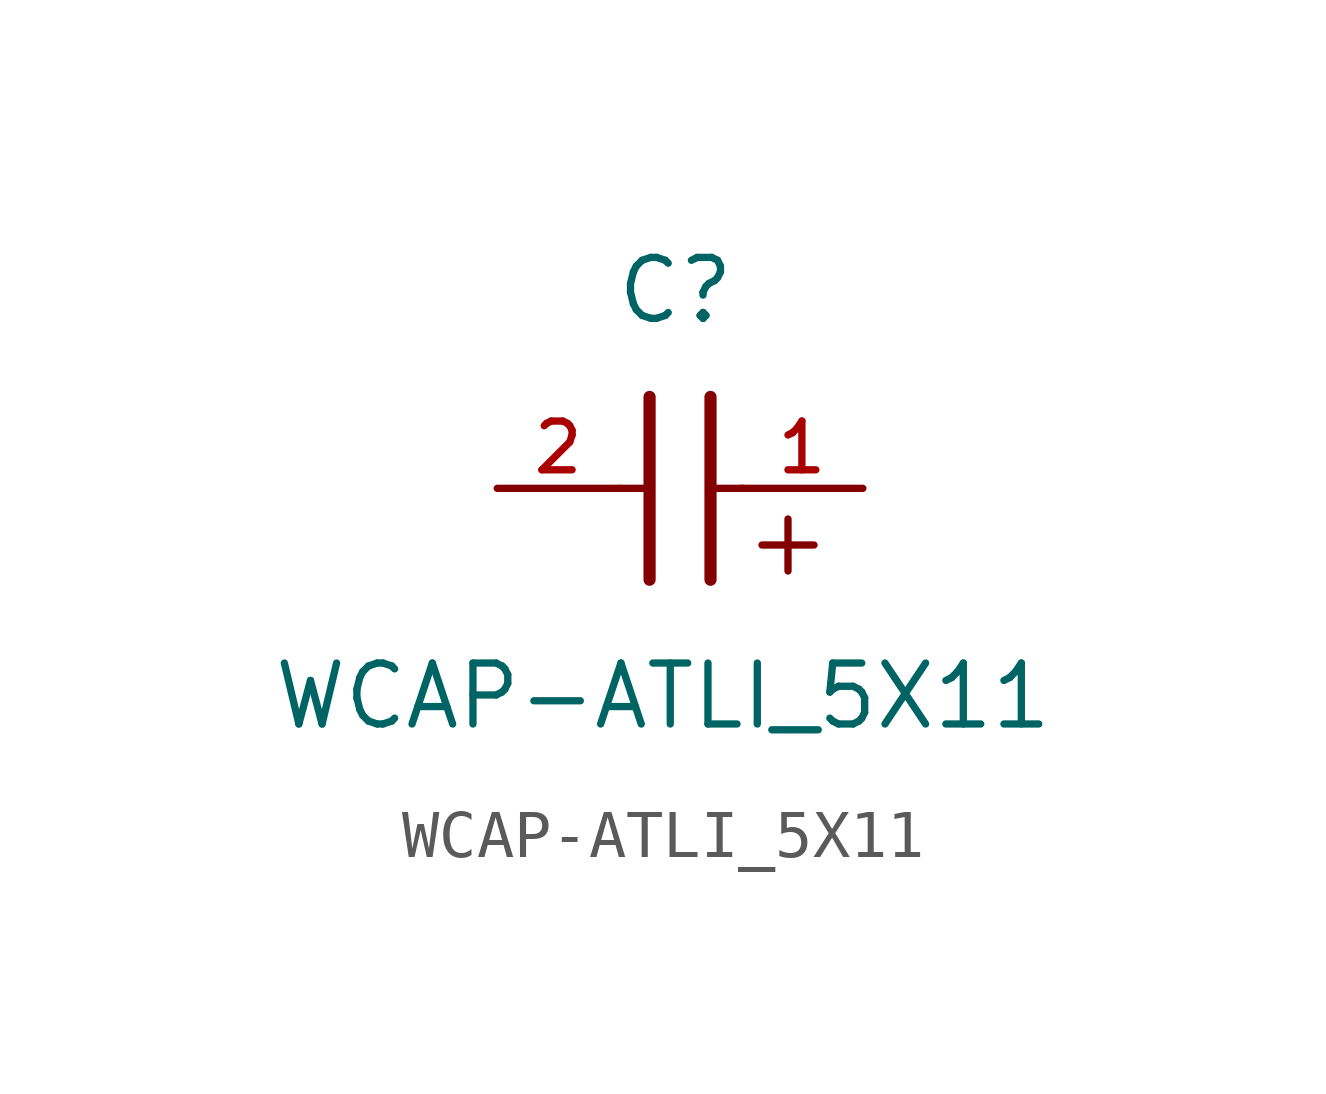
<source format=kicad_sym>
(kicad_symbol_lib
  (version 20211014)
  (generator kicad_symbol_editor)
  (symbol "WCAP-ATLI_5X11"
    (pin_names
      (offset 1.016))
    (property "Reference" "C"
      (at 1.175 3.38 0)
      (effects (font (size 1.27 1.27)) (justify bottom)))
    (property "Value" "WCAP-ATLI_5X11"
      (at 0.915 -5.075 0)
      (effects (font (size 1.27 1.27)) (justify bottom)))
    (symbol "WCAP-ATLI_5X11_0_0"
      (text "+" (at 2.54 -1.905 0) (effects (font (size 1.422 1.422)) (justify bottom left)))
      (polyline (pts (xy 1.905 1.905) (xy 1.905 -1.905)) (stroke (width 0.254)))
      (polyline (pts (xy 0.635 -1.905) (xy 0.635 1.905)) (stroke (width 0.254)))
      (polyline (pts (xy 0.0 0.0) (xy 0.643 0.0)) (stroke (width 0.152)))
      (polyline (pts (xy 1.928 0.0) (xy 2.57 0.0)) (stroke (width 0.152)))
      (pin passive line (at 5.08 0.0 180.0) (length 2.54) (name "~" (effects (font (size 1.016 1.016)))) (number "1" (effects (font (size 1.016 1.016)))))
      (pin passive line (at -2.54 0.0 0) (length 2.54) (name "~" (effects (font (size 1.016 1.016)))) (number "2" (effects (font (size 1.016 1.016))))))))
</source>
